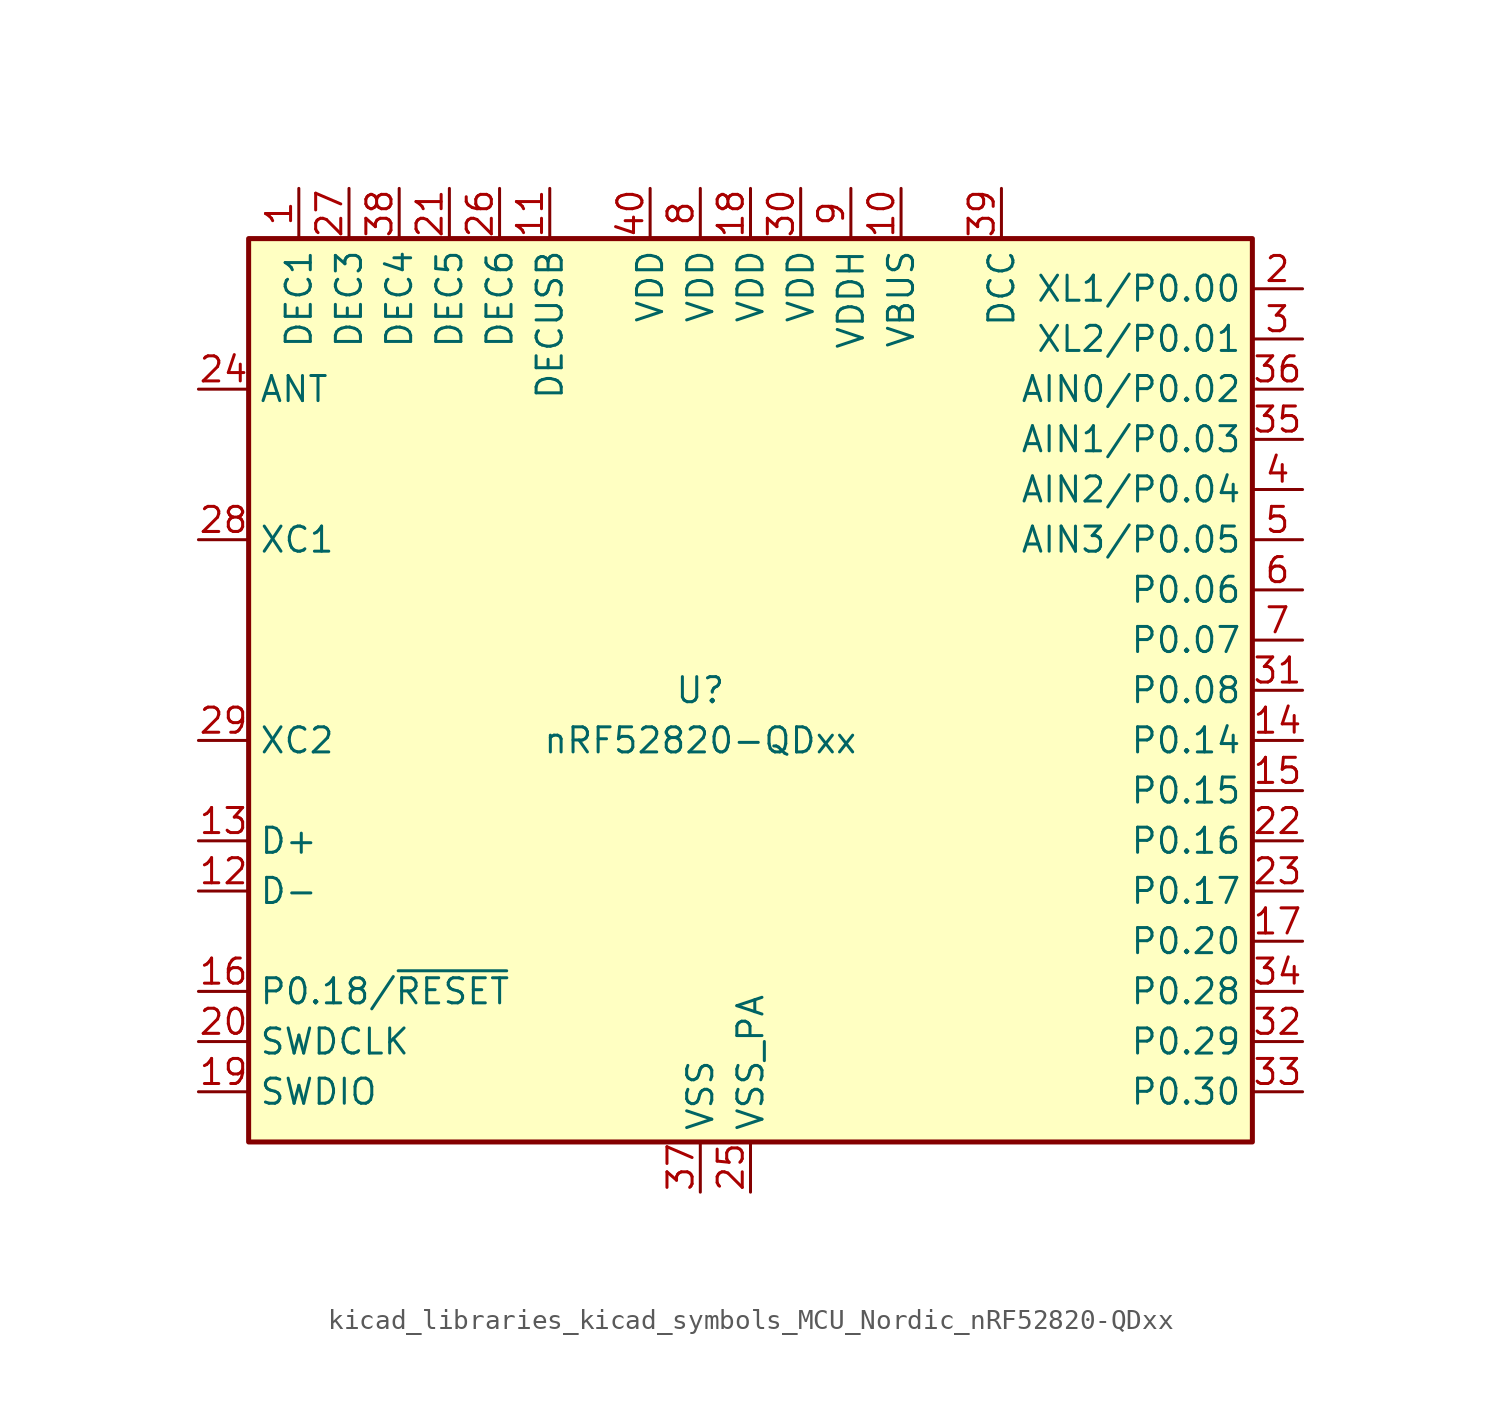
<source format=kicad_sym>
(kicad_symbol_lib
  (version 20220914)
  (generator kicad_symbol_editor)
  (symbol "kicad_libraries_kicad_symbols_MCU_Nordic_nRF52820-QDxx"
    (property "Reference" "U"
      (at -2.54 0 0)
      (effects (font (size 1.27 1.27))))
    (property "Value" "nRF52820-QDxx"
      (at -2.54 -2.54 0)
      (effects (font (size 1.27 1.27))))
    (symbol "kicad_libraries_kicad_symbols_MCU_Nordic_nRF52820-QDxx_0_1"
      (rectangle (start -25.4 22.86) (end 25.4 -22.86) (stroke (width 0.254) (type default)) (fill (type background))))
    (symbol "kicad_libraries_kicad_symbols_MCU_Nordic_nRF52820-QDxx_1_1"
      (pin passive line (at -22.86 25.4 270) (length 2.54) (name "DEC1" (effects (font (size 1.27 1.27)))) (number "1" (effects (font (size 1.27 1.27)))))
      (pin power_in line (at 7.62 25.4 270) (length 2.54) (name "VBUS" (effects (font (size 1.27 1.27)))) (number "10" (effects (font (size 1.27 1.27)))))
      (pin passive line (at -10.16 25.4 270) (length 2.54) (name "DECUSB" (effects (font (size 1.27 1.27)))) (number "11" (effects (font (size 1.27 1.27)))))
      (pin bidirectional line (at -27.94 -10.16 0) (length 2.54) (name "D-" (effects (font (size 1.27 1.27)))) (number "12" (effects (font (size 1.27 1.27)))))
      (pin bidirectional line (at -27.94 -7.62 0) (length 2.54) (name "D+" (effects (font (size 1.27 1.27)))) (number "13" (effects (font (size 1.27 1.27)))))
      (pin bidirectional line (at 27.94 -2.54 180) (length 2.54) (name "P0.14" (effects (font (size 1.27 1.27)))) (number "14" (effects (font (size 1.27 1.27)))))
      (pin bidirectional line (at 27.94 -5.08 180) (length 2.54) (name "P0.15" (effects (font (size 1.27 1.27)))) (number "15" (effects (font (size 1.27 1.27)))))
      (pin bidirectional line (at -27.94 -15.24 0) (length 2.54) (name "P0.18/~{RESET}" (effects (font (size 1.27 1.27)))) (number "16" (effects (font (size 1.27 1.27)))))
      (pin bidirectional line (at 27.94 -12.7 180) (length 2.54) (name "P0.20" (effects (font (size 1.27 1.27)))) (number "17" (effects (font (size 1.27 1.27)))))
      (pin power_in line (at 0 25.4 270) (length 2.54) (name "VDD" (effects (font (size 1.27 1.27)))) (number "18" (effects (font (size 1.27 1.27)))))
      (pin bidirectional line (at -27.94 -20.32 0) (length 2.54) (name "SWDIO" (effects (font (size 1.27 1.27)))) (number "19" (effects (font (size 1.27 1.27)))))
      (pin bidirectional line (at 27.94 20.32 180) (length 2.54) (name "XL1/P0.00" (effects (font (size 1.27 1.27)))) (number "2" (effects (font (size 1.27 1.27)))))
      (pin input line (at -27.94 -17.78 0) (length 2.54) (name "SWDCLK" (effects (font (size 1.27 1.27)))) (number "20" (effects (font (size 1.27 1.27)))))
      (pin passive line (at -15.24 25.4 270) (length 2.54) (name "DEC5" (effects (font (size 1.27 1.27)))) (number "21" (effects (font (size 1.27 1.27)))))
      (pin bidirectional line (at 27.94 -7.62 180) (length 2.54) (name "P0.16" (effects (font (size 1.27 1.27)))) (number "22" (effects (font (size 1.27 1.27)))))
      (pin bidirectional line (at 27.94 -10.16 180) (length 2.54) (name "P0.17" (effects (font (size 1.27 1.27)))) (number "23" (effects (font (size 1.27 1.27)))))
      (pin passive line (at -27.94 15.24 0) (length 2.54) (name "ANT" (effects (font (size 1.27 1.27)))) (number "24" (effects (font (size 1.27 1.27)))))
      (pin power_in line (at 0 -25.4 90) (length 2.54) (name "VSS_PA" (effects (font (size 1.27 1.27)))) (number "25" (effects (font (size 1.27 1.27)))))
      (pin passive line (at -12.7 25.4 270) (length 2.54) (name "DEC6" (effects (font (size 1.27 1.27)))) (number "26" (effects (font (size 1.27 1.27)))))
      (pin passive line (at -20.32 25.4 270) (length 2.54) (name "DEC3" (effects (font (size 1.27 1.27)))) (number "27" (effects (font (size 1.27 1.27)))))
      (pin input line (at -27.94 7.62 0) (length 2.54) (name "XC1" (effects (font (size 1.27 1.27)))) (number "28" (effects (font (size 1.27 1.27)))))
      (pin input line (at -27.94 -2.54 0) (length 2.54) (name "XC2" (effects (font (size 1.27 1.27)))) (number "29" (effects (font (size 1.27 1.27)))))
      (pin bidirectional line (at 27.94 17.78 180) (length 2.54) (name "XL2/P0.01" (effects (font (size 1.27 1.27)))) (number "3" (effects (font (size 1.27 1.27)))))
      (pin power_in line (at 2.54 25.4 270) (length 2.54) (name "VDD" (effects (font (size 1.27 1.27)))) (number "30" (effects (font (size 1.27 1.27)))))
      (pin bidirectional line (at 27.94 0 180) (length 2.54) (name "P0.08" (effects (font (size 1.27 1.27)))) (number "31" (effects (font (size 1.27 1.27)))))
      (pin bidirectional line (at 27.94 -17.78 180) (length 2.54) (name "P0.29" (effects (font (size 1.27 1.27)))) (number "32" (effects (font (size 1.27 1.27)))))
      (pin bidirectional line (at 27.94 -20.32 180) (length 2.54) (name "P0.30" (effects (font (size 1.27 1.27)))) (number "33" (effects (font (size 1.27 1.27)))))
      (pin bidirectional line (at 27.94 -15.24 180) (length 2.54) (name "P0.28" (effects (font (size 1.27 1.27)))) (number "34" (effects (font (size 1.27 1.27)))))
      (pin bidirectional line (at 27.94 12.7 180) (length 2.54) (name "AIN1/P0.03" (effects (font (size 1.27 1.27)))) (number "35" (effects (font (size 1.27 1.27)))))
      (pin bidirectional line (at 27.94 15.24 180) (length 2.54) (name "AIN0/P0.02" (effects (font (size 1.27 1.27)))) (number "36" (effects (font (size 1.27 1.27)))))
      (pin power_in line (at -2.54 -25.4 90) (length 2.54) (name "VSS" (effects (font (size 1.27 1.27)))) (number "37" (effects (font (size 1.27 1.27)))))
      (pin passive line (at -17.78 25.4 270) (length 2.54) (name "DEC4" (effects (font (size 1.27 1.27)))) (number "38" (effects (font (size 1.27 1.27)))))
      (pin power_out line (at 12.7 25.4 270) (length 2.54) (name "DCC" (effects (font (size 1.27 1.27)))) (number "39" (effects (font (size 1.27 1.27)))))
      (pin bidirectional line (at 27.94 10.16 180) (length 2.54) (name "AIN2/P0.04" (effects (font (size 1.27 1.27)))) (number "4" (effects (font (size 1.27 1.27)))))
      (pin power_in line (at -5.08 25.4 270) (length 2.54) (name "VDD" (effects (font (size 1.27 1.27)))) (number "40" (effects (font (size 1.27 1.27)))))
      (pin passive line (at -2.54 -25.4 90) (length 2.54) hide (name "VSS" (effects (font (size 1.27 1.27)))) (number "41" (effects (font (size 1.27 1.27)))))
      (pin bidirectional line (at 27.94 7.62 180) (length 2.54) (name "AIN3/P0.05" (effects (font (size 1.27 1.27)))) (number "5" (effects (font (size 1.27 1.27)))))
      (pin bidirectional line (at 27.94 5.08 180) (length 2.54) (name "P0.06" (effects (font (size 1.27 1.27)))) (number "6" (effects (font (size 1.27 1.27)))))
      (pin bidirectional line (at 27.94 2.54 180) (length 2.54) (name "P0.07" (effects (font (size 1.27 1.27)))) (number "7" (effects (font (size 1.27 1.27)))))
      (pin power_in line (at -2.54 25.4 270) (length 2.54) (name "VDD" (effects (font (size 1.27 1.27)))) (number "8" (effects (font (size 1.27 1.27)))))
      (pin power_in line (at 5.08 25.4 270) (length 2.54) (name "VDDH" (effects (font (size 1.27 1.27)))) (number "9" (effects (font (size 1.27 1.27))))))))
</source>
